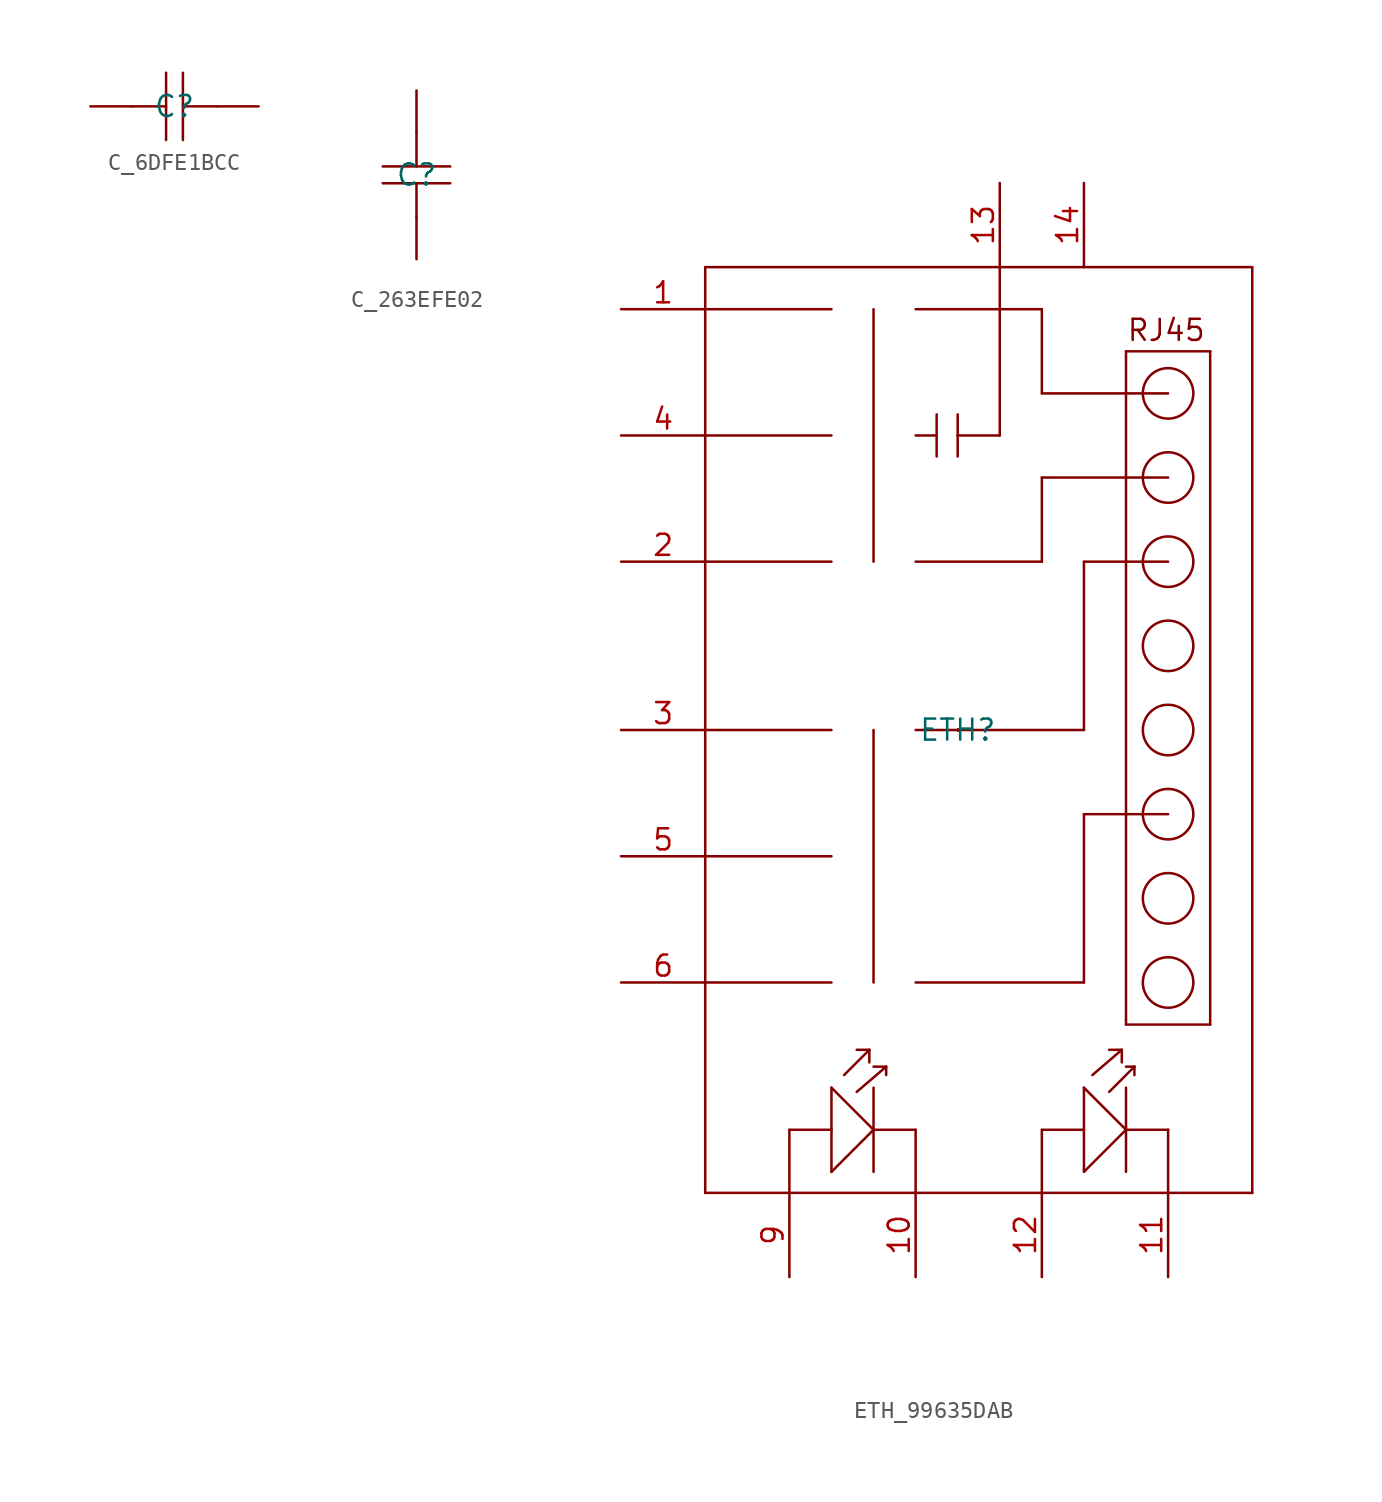
<source format=kicad_sym>
(kicad_symbol_lib
  (version 20200908)
  (generator kicad_symbol_editor)
  (symbol "enc28j60:C_6DFE1BCC"
    (pin_numbers hide)
    (pin_names
      (offset 2) hide)
    (property "Value" ""
      (at 0 0 0)
      (effects (font (size 1.27 1.27))))
    (property "Reference" "C"
      (at 0 0 0)
      (effects (font (size 1.27 1.27))))
    (symbol "C_6DFE1BCC_0_0")
    (symbol "C_6DFE1BCC_0_1"
      (polyline (pts (xy -0.508 -2.032) (xy -0.508 2.032)) (stroke (width 0)) (fill (type none)))
      (polyline (pts (xy 2.54 0) (xy 0.508 0)) (stroke (width 0)) (fill (type none)))
      (polyline (pts (xy 0.508 2.032) (xy 0.508 -2.032)) (stroke (width 0)) (fill (type none)))
      (polyline (pts (xy -0.508 0) (xy -2.54 0)) (stroke (width 0)) (fill (type none))))
    (symbol "C_6DFE1BCC_1_1"
      (pin passive line (at -5.08 0 0) (length 2.54) (name "1" (effects (font (size 1.27 1.27)))) (number "1" (effects (font (size 1.27 1.27)))))
      (pin passive line (at 5.08 0 180) (length 2.54) (name "2" (effects (font (size 1.27 1.27)))) (number "2" (effects (font (size 1.27 1.27)))))))
  (symbol "enc28j60:C_263EFE02"
    (pin_numbers hide)
    (pin_names
      (offset 2) hide)
    (property "Value" ""
      (at 0 0 0)
      (effects (font (size 1.27 1.27))))
    (property "Reference" "C"
      (at 0 0 0)
      (effects (font (size 1.27 1.27))))
    (symbol "C_263EFE02_0_0")
    (symbol "C_263EFE02_0_1"
      (polyline (pts (xy 2.032 -0.508) (xy -2.032 -0.508)) (stroke (width 0)) (fill (type none)))
      (polyline (pts (xy 0 2.54) (xy 0 0.508)) (stroke (width 0)) (fill (type none)))
      (polyline (pts (xy -2.032 0.508) (xy 2.032 0.508)) (stroke (width 0)) (fill (type none)))
      (polyline (pts (xy 0 -0.508) (xy 0 -2.54)) (stroke (width 0)) (fill (type none))))
    (symbol "C_263EFE02_1_1"
      (pin passive line (at 0 -5.08 90) (length 2.54) (name "1" (effects (font (size 1.27 1.27)))) (number "1" (effects (font (size 1.27 1.27)))))
      (pin passive line (at 0 5.08 270) (length 2.54) (name "2" (effects (font (size 1.27 1.27)))) (number "2" (effects (font (size 1.27 1.27)))))))
  (symbol "enc28j60:ETH_99635DAB"
    (pin_names
      (offset 2) hide)
    (property "Value" ""
      (at 0 0 0)
      (effects (font (size 1.27 1.27))))
    (property "Reference" "ETH"
      (at 0 0 0)
      (effects (font (size 1.27 1.27))))
    (symbol "ETH_99635DAB_0_0"
      (text "RJ45" (at 10.16 24.13 0) (effects (font (size 1.27 1.27)) (justify left))))
    (symbol "ETH_99635DAB_0_1"
      (arc (start -2.54 22.86) (end -2.54 25.4) (radius (at -2.54 24.13) (length 1.27)) (stroke (width 0)) (fill (type none)))
      (arc (start -2.54 20.32) (end -2.54 22.86) (radius (at -2.54 21.59) (length 1.27)) (stroke (width 0)) (fill (type none)))
      (arc (start -2.54 17.78) (end -2.54 20.32) (radius (at -2.54 19.05) (length 1.27)) (stroke (width 0)) (fill (type none)))
      (arc (start -2.54 15.24) (end -2.54 17.78) (radius (at -2.54 16.51) (length 1.27)) (stroke (width 0)) (fill (type none)))
      (arc (start -2.54 12.7) (end -2.54 15.24) (radius (at -2.54 13.97) (length 1.27)) (stroke (width 0)) (fill (type none)))
      (arc (start -2.54 10.16) (end -2.54 12.7) (radius (at -2.54 11.43) (length 1.27)) (stroke (width 0)) (fill (type none)))
      (arc (start -7.62 12.7) (end -7.62 10.16) (radius (at -7.62 11.43) (length 1.27)) (stroke (width 0)) (fill (type none)))
      (arc (start -7.62 15.24) (end -7.62 12.7) (radius (at -7.62 13.97) (length 1.27)) (stroke (width 0)) (fill (type none)))
      (arc (start -7.62 17.78) (end -7.62 15.24) (radius (at -7.62 16.51) (length 1.27)) (stroke (width 0)) (fill (type none)))
      (arc (start -7.62 20.32) (end -7.62 17.78) (radius (at -7.62 19.05) (length 1.27)) (stroke (width 0)) (fill (type none)))
      (arc (start -7.62 22.86) (end -7.62 20.32) (radius (at -7.62 21.59) (length 1.27)) (stroke (width 0)) (fill (type none)))
      (arc (start -7.62 25.4) (end -7.62 22.86) (radius (at -7.62 24.13) (length 1.27)) (stroke (width 0)) (fill (type none)))
      (arc (start -2.54 -2.54) (end -2.54 0) (radius (at -2.54 -1.27) (length 1.27)) (stroke (width 0)) (fill (type none)))
      (arc (start -2.54 -5.08) (end -2.54 -2.54) (radius (at -2.54 -3.81) (length 1.27)) (stroke (width 0)) (fill (type none)))
      (arc (start -2.54 -7.62) (end -2.54 -5.08) (radius (at -2.54 -6.35) (length 1.27)) (stroke (width 0)) (fill (type none)))
      (arc (start -2.54 -10.16) (end -2.54 -7.62) (radius (at -2.54 -8.89) (length 1.27)) (stroke (width 0)) (fill (type none)))
      (arc (start -2.54 -12.7) (end -2.54 -10.16) (radius (at -2.54 -11.43) (length 1.27)) (stroke (width 0)) (fill (type none)))
      (arc (start -2.54 -15.24) (end -2.54 -12.7) (radius (at -2.54 -13.97) (length 1.27)) (stroke (width 0)) (fill (type none)))
      (arc (start -7.62 -12.7) (end -7.62 -15.24) (radius (at -7.62 -13.97) (length 1.27)) (stroke (width 0)) (fill (type none)))
      (arc (start -7.62 -10.16) (end -7.62 -12.7) (radius (at -7.62 -11.43) (length 1.27)) (stroke (width 0)) (fill (type none)))
      (arc (start -7.62 -7.62) (end -7.62 -10.16) (radius (at -7.62 -8.89) (length 1.27)) (stroke (width 0)) (fill (type none)))
      (arc (start -7.62 -5.08) (end -7.62 -7.62) (radius (at -7.62 -6.35) (length 1.27)) (stroke (width 0)) (fill (type none)))
      (arc (start -7.62 -2.54) (end -7.62 -5.08) (radius (at -7.62 -3.81) (length 1.27)) (stroke (width 0)) (fill (type none)))
      (arc (start -7.62 0) (end -7.62 -2.54) (radius (at -7.62 -1.27) (length 1.27)) (stroke (width 0)) (fill (type none)))
      (circle (center 12.7 20.32) (radius 1.524) (stroke (width 0)) (fill (type none)))
      (circle (center 12.7 15.24) (radius 1.524) (stroke (width 0)) (fill (type none)))
      (circle (center 12.7 10.16) (radius 1.524) (stroke (width 0)) (fill (type none)))
      (circle (center 12.7 5.08) (radius 1.524) (stroke (width 0)) (fill (type none)))
      (circle (center 12.7 0) (radius 1.524) (stroke (width 0)) (fill (type none)))
      (circle (center 12.7 -5.08) (radius 1.524) (stroke (width 0)) (fill (type none)))
      (circle (center 12.7 -10.16) (radius 1.524) (stroke (width 0)) (fill (type none)))
      (circle (center 12.7 -15.24) (radius 1.524) (stroke (width 0)) (fill (type none)))
      (polyline (pts (xy 10.16 22.86) (xy 15.24 22.86)) (stroke (width 0)) (fill (type none)))
      (polyline (pts (xy 15.24 22.86) (xy 15.24 -17.78)) (stroke (width 0)) (fill (type none)))
      (polyline (pts (xy 15.24 -17.78) (xy 10.16 -17.78)) (stroke (width 0)) (fill (type none)))
      (polyline (pts (xy 10.16 -17.78) (xy 10.16 22.86)) (stroke (width 0)) (fill (type none)))
      (polyline (pts (xy 12.7 20.32) (xy 5.08 20.32)) (stroke (width 0)) (fill (type none)))
      (polyline (pts (xy 5.08 20.32) (xy 5.08 25.4)) (stroke (width 0)) (fill (type none)))
      (polyline (pts (xy 5.08 25.4) (xy -2.54 25.4)) (stroke (width 0)) (fill (type none)))
      (polyline (pts (xy -2.54 10.16) (xy 5.08 10.16)) (stroke (width 0)) (fill (type none)))
      (polyline (pts (xy 5.08 10.16) (xy 5.08 15.24)) (stroke (width 0)) (fill (type none)))
      (polyline (pts (xy 5.08 15.24) (xy 12.7 15.24)) (stroke (width 0)) (fill (type none)))
      (polyline (pts (xy -5.08 25.4) (xy -5.08 10.16)) (stroke (width 0)) (fill (type none)))
      (polyline (pts (xy -15.24 10.16) (xy -7.62 10.16)) (stroke (width 0)) (fill (type none)))
      (polyline (pts (xy -7.62 25.4) (xy -15.24 25.4)) (stroke (width 0)) (fill (type none)))
      (polyline (pts (xy -15.24 17.78) (xy -7.62 17.78)) (stroke (width 0)) (fill (type none)))
      (polyline (pts (xy 12.7 10.16) (xy 7.62 10.16)) (stroke (width 0)) (fill (type none)))
      (polyline (pts (xy 7.62 10.16) (xy 7.62 0)) (stroke (width 0)) (fill (type none)))
      (polyline (pts (xy 7.62 0) (xy -2.54 0)) (stroke (width 0)) (fill (type none)))
      (polyline (pts (xy -15.24 -15.24) (xy -7.62 -15.24)) (stroke (width 0)) (fill (type none)))
      (polyline (pts (xy -7.62 0) (xy -15.24 0)) (stroke (width 0)) (fill (type none)))
      (polyline (pts (xy -5.08 0) (xy -5.08 -15.24)) (stroke (width 0)) (fill (type none)))
      (polyline (pts (xy 12.7 -5.08) (xy 7.62 -5.08)) (stroke (width 0)) (fill (type none)))
      (polyline (pts (xy 7.62 -5.08) (xy 7.62 -15.24)) (stroke (width 0)) (fill (type none)))
      (polyline (pts (xy -2.54 -15.24) (xy 7.62 -15.24)) (stroke (width 0)) (fill (type none)))
      (polyline (pts (xy -7.62 -7.62) (xy -15.24 -7.62)) (stroke (width 0)) (fill (type none)))
      (polyline (pts (xy 17.78 27.94) (xy 17.78 -27.94)) (stroke (width 0)) (fill (type none)))
      (polyline (pts (xy 17.78 -27.94) (xy 12.7 -27.94)) (stroke (width 0)) (fill (type none)))
      (polyline (pts (xy 12.7 -27.94) (xy 5.08 -27.94)) (stroke (width 0)) (fill (type none)))
      (polyline (pts (xy 5.08 -27.94) (xy -2.54 -27.94)) (stroke (width 0)) (fill (type none)))
      (polyline (pts (xy -2.54 -27.94) (xy -10.16 -27.94)) (stroke (width 0)) (fill (type none)))
      (polyline (pts (xy -10.16 -27.94) (xy -15.24 -27.94)) (stroke (width 0)) (fill (type none)))
      (polyline (pts (xy -15.24 -27.94) (xy -15.24 27.94)) (stroke (width 0)) (fill (type none)))
      (polyline (pts (xy -15.24 27.94) (xy 2.54 27.94)) (stroke (width 0)) (fill (type none)))
      (polyline (pts (xy 2.54 27.94) (xy 17.78 27.94)) (stroke (width 0)) (fill (type none)))
      (polyline (pts (xy -5.08 -24.13) (xy -2.54 -24.13)) (stroke (width 0)) (fill (type none)))
      (polyline (pts (xy -7.62 -24.13) (xy -10.16 -24.13)) (stroke (width 0)) (fill (type none)))
      (polyline (pts (xy -10.16 -24.13) (xy -10.16 -27.94)) (stroke (width 0)) (fill (type none)))
      (polyline (pts (xy -2.54 -24.13) (xy -2.54 -27.94)) (stroke (width 0)) (fill (type none)))
      (polyline (pts (xy 5.08 -24.13) (xy 5.08 -27.94)) (stroke (width 0)) (fill (type none)))
      (polyline (pts (xy 12.7 -24.13) (xy 12.7 -27.94)) (stroke (width 0)) (fill (type none)))
      (polyline (pts (xy 2.54 17.78) (xy 2.54 27.94)) (stroke (width 0)) (fill (type none)))
      (polyline (pts (xy -2.54 17.78) (xy -1.27 17.78)) (stroke (width 0)) (fill (type none)))
      (polyline (pts (xy -1.27 19.05) (xy -1.27 17.78)) (stroke (width 0)) (fill (type none)))
      (polyline (pts (xy -1.27 17.78) (xy -1.27 16.51)) (stroke (width 0)) (fill (type none)))
      (polyline (pts (xy 0 19.05) (xy 0 17.78)) (stroke (width 0)) (fill (type none)))
      (polyline (pts (xy 0 17.78) (xy 0 16.51)) (stroke (width 0)) (fill (type none)))
      (polyline (pts (xy 0 17.78) (xy 2.54 17.78)) (stroke (width 0)) (fill (type none)))
      (polyline (pts (xy -7.62 -21.59) (xy -5.08 -24.13)) (stroke (width 0)) (fill (type none)))
      (polyline (pts (xy -5.08 -24.13) (xy -7.62 -26.67)) (stroke (width 0)) (fill (type none)))
      (polyline (pts (xy -7.62 -26.67) (xy -7.62 -24.13)) (stroke (width 0)) (fill (type none)))
      (polyline (pts (xy -7.62 -24.13) (xy -7.62 -21.59)) (stroke (width 0)) (fill (type none)))
      (polyline (pts (xy -5.08 -21.59) (xy -5.08 -24.13)) (stroke (width 0)) (fill (type none)))
      (polyline (pts (xy -5.08 -24.13) (xy -5.08 -26.67)) (stroke (width 0)) (fill (type none)))
      (polyline (pts (xy -6.096 -21.844) (xy -4.318 -20.32)) (stroke (width 0)) (fill (type none)))
      (polyline (pts (xy -4.318 -20.32) (xy -4.318 -20.828)) (stroke (width 0)) (fill (type none)))
      (polyline (pts (xy -4.318 -20.32) (xy -5.08 -20.32)) (stroke (width 0)) (fill (type none)))
      (polyline (pts (xy -6.858 -20.828) (xy -5.334 -19.304)) (stroke (width 0)) (fill (type none)))
      (polyline (pts (xy -5.334 -19.304) (xy -5.334 -20.066)) (stroke (width 0)) (fill (type none)))
      (polyline (pts (xy -5.334 -19.304) (xy -6.096 -19.304)) (stroke (width 0)) (fill (type none)))
      (polyline (pts (xy 10.16 -24.13) (xy 12.7 -24.13)) (stroke (width 0)) (fill (type none)))
      (polyline (pts (xy 7.62 -24.13) (xy 5.08 -24.13)) (stroke (width 0)) (fill (type none)))
      (polyline (pts (xy 7.62 -21.59) (xy 10.16 -24.13)) (stroke (width 0)) (fill (type none)))
      (polyline (pts (xy 10.16 -24.13) (xy 7.62 -26.67)) (stroke (width 0)) (fill (type none)))
      (polyline (pts (xy 7.62 -26.67) (xy 7.62 -24.13)) (stroke (width 0)) (fill (type none)))
      (polyline (pts (xy 7.62 -24.13) (xy 7.62 -21.59)) (stroke (width 0)) (fill (type none)))
      (polyline (pts (xy 10.16 -21.59) (xy 10.16 -24.13)) (stroke (width 0)) (fill (type none)))
      (polyline (pts (xy 10.16 -24.13) (xy 10.16 -26.67)) (stroke (width 0)) (fill (type none)))
      (polyline (pts (xy 9.144 -21.844) (xy 10.668 -20.32)) (stroke (width 0)) (fill (type none)))
      (polyline (pts (xy 10.668 -20.32) (xy 10.668 -20.828)) (stroke (width 0)) (fill (type none)))
      (polyline (pts (xy 10.668 -20.32) (xy 10.16 -20.32)) (stroke (width 0)) (fill (type none)))
      (polyline (pts (xy 8.128 -20.828) (xy 9.906 -19.304)) (stroke (width 0)) (fill (type none)))
      (polyline (pts (xy 9.906 -19.304) (xy 9.906 -20.066)) (stroke (width 0)) (fill (type none)))
      (polyline (pts (xy 9.906 -19.304) (xy 9.144 -19.304)) (stroke (width 0)) (fill (type none))))
    (symbol "ETH_99635DAB_1_1"
      (pin passive line (at -20.32 25.4 0) (length 5.08) (name "1" (effects (font (size 1.27 1.27)))) (number "1" (effects (font (size 1.27 1.27)))))
      (pin passive line (at -20.32 10.16 0) (length 5.08) (name "2" (effects (font (size 1.27 1.27)))) (number "2" (effects (font (size 1.27 1.27)))))
      (pin passive line (at -20.32 0 0) (length 5.08) (name "3" (effects (font (size 1.27 1.27)))) (number "3" (effects (font (size 1.27 1.27)))))
      (pin passive line (at -20.32 17.78 0) (length 5.08) (name "4" (effects (font (size 1.27 1.27)))) (number "4" (effects (font (size 1.27 1.27)))))
      (pin passive line (at -20.32 -7.62 0) (length 5.08) (name "5" (effects (font (size 1.27 1.27)))) (number "5" (effects (font (size 1.27 1.27)))))
      (pin passive line (at -20.32 -15.24 0) (length 5.08) (name "6" (effects (font (size 1.27 1.27)))) (number "6" (effects (font (size 1.27 1.27)))))
      (pin passive line (at -10.16 -33.02 90) (length 5.08) (name "9" (effects (font (size 1.27 1.27)))) (number "9" (effects (font (size 1.27 1.27)))))
      (pin passive line (at -2.54 -33.02 90) (length 5.08) (name "10" (effects (font (size 1.27 1.27)))) (number "10" (effects (font (size 1.27 1.27)))))
      (pin passive line (at 12.7 -33.02 90) (length 5.08) (name "11" (effects (font (size 1.27 1.27)))) (number "11" (effects (font (size 1.27 1.27)))))
      (pin passive line (at 5.08 -33.02 90) (length 5.08) (name "12" (effects (font (size 1.27 1.27)))) (number "12" (effects (font (size 1.27 1.27)))))
      (pin passive line (at 2.54 33.02 270) (length 5.08) (name "13" (effects (font (size 1.27 1.27)))) (number "13" (effects (font (size 1.27 1.27)))))
      (pin passive line (at 7.62 33.02 270) (length 5.08) (name "14" (effects (font (size 1.27 1.27)))) (number "14" (effects (font (size 1.27 1.27))))))))
</source>
